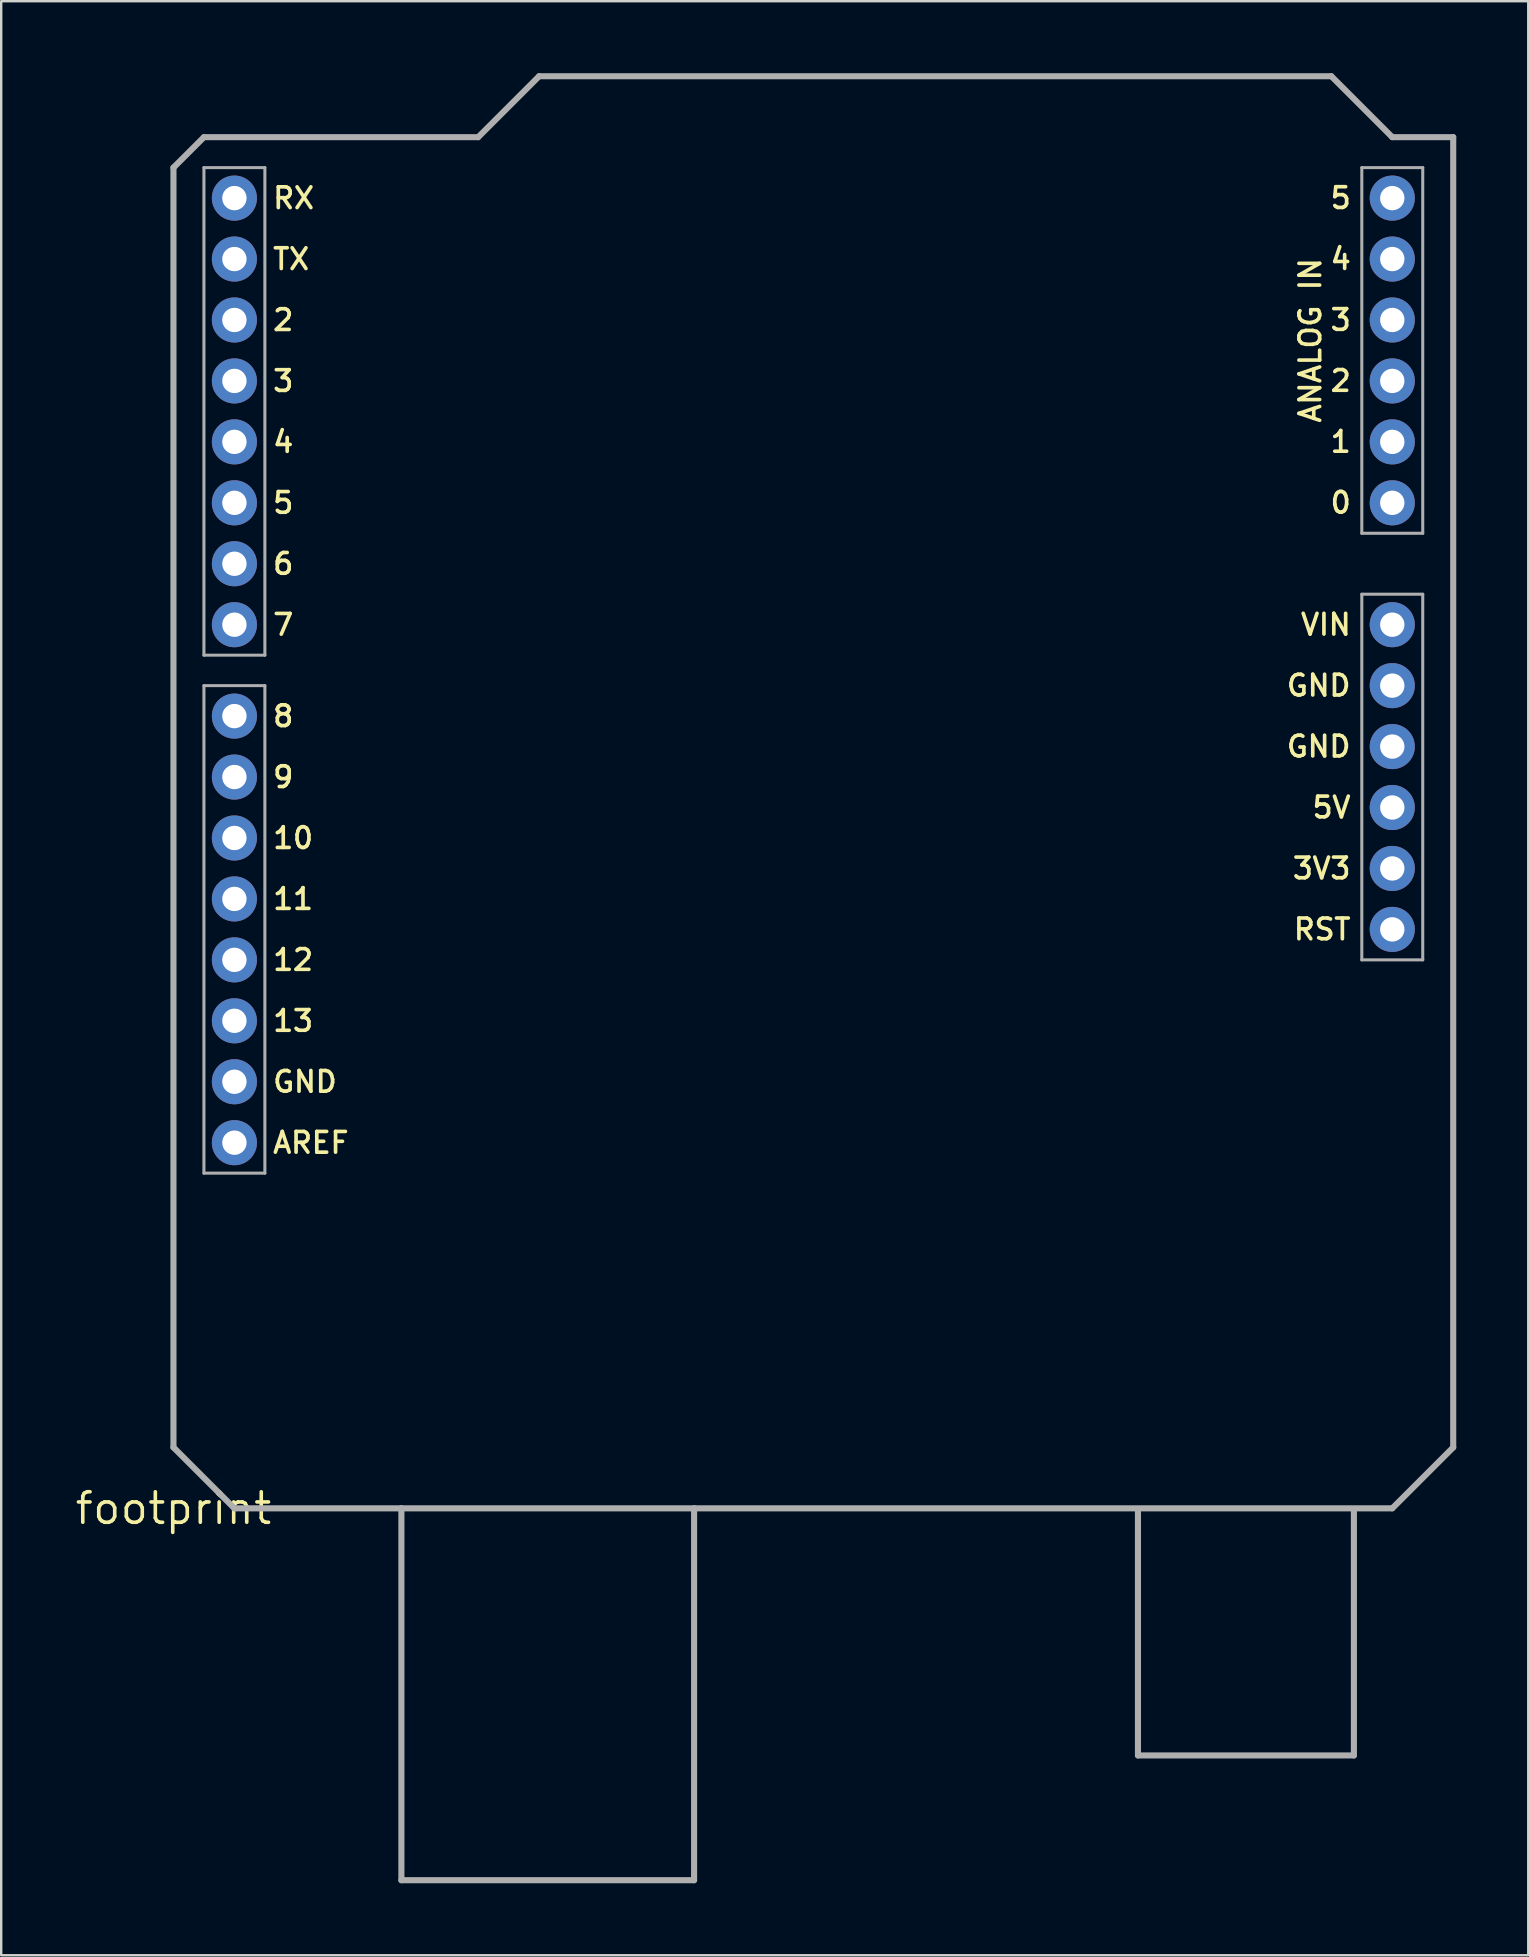
<source format=kicad_pcb>
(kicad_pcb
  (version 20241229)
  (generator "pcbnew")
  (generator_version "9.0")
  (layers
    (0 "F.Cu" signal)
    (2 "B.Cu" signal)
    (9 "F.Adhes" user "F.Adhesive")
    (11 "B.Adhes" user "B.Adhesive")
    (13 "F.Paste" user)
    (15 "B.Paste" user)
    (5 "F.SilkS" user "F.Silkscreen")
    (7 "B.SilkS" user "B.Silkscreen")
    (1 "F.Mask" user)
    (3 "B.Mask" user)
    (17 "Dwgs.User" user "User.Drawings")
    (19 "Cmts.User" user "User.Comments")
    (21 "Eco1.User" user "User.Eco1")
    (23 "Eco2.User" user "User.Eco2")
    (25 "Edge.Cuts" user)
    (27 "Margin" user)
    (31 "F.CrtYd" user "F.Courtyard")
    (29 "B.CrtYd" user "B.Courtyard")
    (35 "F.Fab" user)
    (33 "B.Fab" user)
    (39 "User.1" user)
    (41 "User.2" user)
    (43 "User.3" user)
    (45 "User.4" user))
  (footprint "footprint"
    (layer "F.Cu")
    (at 4.18 59.817)
    (property "Reference" "footprint" (at 0 0 0) (layer "F.SilkS") (effects (font (size 1.27 1.27) (thickness 0.15))))
    (fp_line (start 0 -55.88) (end 0 -2.54) (stroke (width 0.254) (type solid)) (layer "F.Fab"))
    (fp_line (start 0 -2.54) (end 2.54 0) (stroke (width 0.254) (type solid)) (layer "F.Fab"))
    (fp_line (start 1.27 -57.15) (end 0 -55.88) (stroke (width 0.254) (type solid)) (layer "F.Fab"))
    (fp_line (start 1.27 -55.88) (end 3.81 -55.88) (stroke (width 0.127) (type solid)) (layer "F.Fab"))
    (fp_line (start 1.27 -35.56) (end 1.27 -55.88) (stroke (width 0.127) (type solid)) (layer "F.Fab"))
    (fp_line (start 1.27 -34.29) (end 3.81 -34.29) (stroke (width 0.127) (type solid)) (layer "F.Fab"))
    (fp_line (start 1.27 -13.97) (end 1.27 -34.29) (stroke (width 0.127) (type solid)) (layer "F.Fab"))
    (fp_line (start 2.54 0) (end 9.5 0) (stroke (width 0.254) (type solid)) (layer "F.Fab"))
    (fp_line (start 3.81 -55.88) (end 3.81 -35.56) (stroke (width 0.127) (type solid)) (layer "F.Fab"))
    (fp_line (start 3.81 -35.56) (end 1.27 -35.56) (stroke (width 0.127) (type solid)) (layer "F.Fab"))
    (fp_line (start 3.81 -34.29) (end 3.81 -13.97) (stroke (width 0.127) (type solid)) (layer "F.Fab"))
    (fp_line (start 3.81 -13.97) (end 1.27 -13.97) (stroke (width 0.127) (type solid)) (layer "F.Fab"))
    (fp_line (start 9.5 0) (end 21.7 0) (stroke (width 0.254) (type solid)) (layer "F.Fab"))
    (fp_line (start 9.5 15.5) (end 9.5 0) (stroke (width 0.254) (type solid)) (layer "F.Fab"))
    (fp_line (start 9.5 15.5) (end 21.7 15.5) (stroke (width 0.254) (type solid)) (layer "F.Fab"))
    (fp_line (start 12.7 -57.15) (end 1.27 -57.15) (stroke (width 0.254) (type solid)) (layer "F.Fab"))
    (fp_line (start 15.24 -59.69) (end 12.7 -57.15) (stroke (width 0.254) (type solid)) (layer "F.Fab"))
    (fp_line (start 21.7 0) (end 50.8 0) (stroke (width 0.254) (type solid)) (layer "F.Fab"))
    (fp_line (start 21.7 15.5) (end 21.7 0) (stroke (width 0.254) (type solid)) (layer "F.Fab"))
    (fp_line (start 40.2 10.3) (end 40.2 0.1) (stroke (width 0.254) (type solid)) (layer "F.Fab"))
    (fp_line (start 40.2 10.3) (end 49.2 10.3) (stroke (width 0.254) (type solid)) (layer "F.Fab"))
    (fp_line (start 48.26 -59.69) (end 15.24 -59.69) (stroke (width 0.254) (type solid)) (layer "F.Fab"))
    (fp_line (start 49.2 10.3) (end 49.2 0.1) (stroke (width 0.254) (type solid)) (layer "F.Fab"))
    (fp_line (start 49.53 -55.88) (end 52.07 -55.88) (stroke (width 0.127) (type solid)) (layer "F.Fab"))
    (fp_line (start 49.53 -40.64) (end 49.53 -55.88) (stroke (width 0.127) (type solid)) (layer "F.Fab"))
    (fp_line (start 49.53 -38.1) (end 52.07 -38.1) (stroke (width 0.127) (type solid)) (layer "F.Fab"))
    (fp_line (start 49.53 -22.86) (end 49.53 -38.1) (stroke (width 0.127) (type solid)) (layer "F.Fab"))
    (fp_line (start 50.8 -57.15) (end 48.26 -59.69) (stroke (width 0.254) (type solid)) (layer "F.Fab"))
    (fp_line (start 50.8 0) (end 53.34 -2.54) (stroke (width 0.254) (type solid)) (layer "F.Fab"))
    (fp_line (start 52.07 -55.88) (end 52.07 -40.64) (stroke (width 0.127) (type solid)) (layer "F.Fab"))
    (fp_line (start 52.07 -40.64) (end 49.53 -40.64) (stroke (width 0.127) (type solid)) (layer "F.Fab"))
    (fp_line (start 52.07 -38.1) (end 52.07 -22.86) (stroke (width 0.127) (type solid)) (layer "F.Fab"))
    (fp_line (start 52.07 -22.86) (end 49.53 -22.86) (stroke (width 0.127) (type solid)) (layer "F.Fab"))
    (fp_line (start 53.34 -57.15) (end 50.8 -57.15) (stroke (width 0.254) (type solid)) (layer "F.Fab"))
    (fp_line (start 53.34 -2.54) (end 53.34 -57.15) (stroke (width 0.254) (type solid)) (layer "F.Fab"))
    (fp_text user "3" (at 49.162 -50.038 0) (layer "F.SilkS") (effects (font (size 0.864 0.864) (thickness 0.152)) (justify right top)))
    (fp_text user "VIN" (at 49.162 -37.338 0) (layer "F.SilkS") (effects (font (size 0.864 0.864) (thickness 0.152)) (justify right top)))
    (fp_text user "10" (at 4.064 -27.432 0) (layer "F.SilkS") (effects (font (size 0.864 0.864) (thickness 0.152)) (justify left bottom)))
    (fp_text user "2" (at 49.162 -47.498 0) (layer "F.SilkS") (effects (font (size 0.864 0.864) (thickness 0.152)) (justify right top)))
    (fp_text user "8" (at 4.064 -32.512 0) (layer "F.SilkS") (effects (font (size 0.864 0.864) (thickness 0.152)) (justify left bottom)))
    (fp_text user "GND" (at 4.064 -17.272 0) (layer "F.SilkS") (effects (font (size 0.864 0.864) (thickness 0.152)) (justify left bottom)))
    (fp_text user "11" (at 4.064 -24.892 0) (layer "F.SilkS") (effects (font (size 0.864 0.864) (thickness 0.152)) (justify left bottom)))
    (fp_text user "13" (at 4.064 -19.812 0) (layer "F.SilkS") (effects (font (size 0.864 0.864) (thickness 0.152)) (justify left bottom)))
    (fp_text user "AREF" (at 4.064 -14.732 0) (layer "F.SilkS") (effects (font (size 0.864 0.864) (thickness 0.152)) (justify left bottom)))
    (fp_text user "2" (at 4.064 -49.022 0) (layer "F.SilkS") (effects (font (size 0.864 0.864) (thickness 0.152)) (justify left bottom)))
    (fp_text user "6" (at 4.064 -38.862 0) (layer "F.SilkS") (effects (font (size 0.864 0.864) (thickness 0.152)) (justify left bottom)))
    (fp_text user "0" (at 49.162 -42.418 0) (layer "F.SilkS") (effects (font (size 0.864 0.864) (thickness 0.152)) (justify right top)))
    (fp_text user "5V" (at 49.149 -29.718 0) (layer "F.SilkS") (effects (font (size 0.864 0.864) (thickness 0.152)) (justify right top)))
    (fp_text user "7" (at 4.064 -36.322 0) (layer "F.SilkS") (effects (font (size 0.864 0.864) (thickness 0.152)) (justify left bottom)))
    (fp_text user "GND" (at 49.149 -34.798 0) (layer "F.SilkS") (effects (font (size 0.864 0.864) (thickness 0.152)) (justify right top)))
    (fp_text user "4" (at 49.162 -52.578 0) (layer "F.SilkS") (effects (font (size 0.864 0.864) (thickness 0.152)) (justify right top)))
    (fp_text user "RX" (at 4.064 -54.102 0) (layer "F.SilkS") (effects (font (size 0.864 0.864) (thickness 0.152)) (justify left bottom)))
    (fp_text user "3" (at 4.064 -46.482 0) (layer "F.SilkS") (effects (font (size 0.864 0.864) (thickness 0.152)) (justify left bottom)))
    (fp_text user "5" (at 49.162 -55.118 0) (layer "F.SilkS") (effects (font (size 0.864 0.864) (thickness 0.152)) (justify right top)))
    (fp_text user "12" (at 4.064 -22.352 0) (layer "F.SilkS") (effects (font (size 0.864 0.864) (thickness 0.152)) (justify left bottom)))
    (fp_text user "5" (at 4.064 -41.402 0) (layer "F.SilkS") (effects (font (size 0.864 0.864) (thickness 0.152)) (justify left bottom)))
    (fp_text user "3V3" (at 49.149 -27.178 0) (layer "F.SilkS") (effects (font (size 0.864 0.864) (thickness 0.152)) (justify right top)))
    (fp_text user "1" (at 49.162 -44.958 0) (layer "F.SilkS") (effects (font (size 0.864 0.864) (thickness 0.152)) (justify right top)))
    (fp_text user "GND" (at 49.149 -32.258 0) (layer "F.SilkS") (effects (font (size 0.864 0.864) (thickness 0.152)) (justify right top)))
    (fp_text user "4" (at 4.064 -43.942 0) (layer "F.SilkS") (effects (font (size 0.864 0.864) (thickness 0.152)) (justify left bottom)))
    (fp_text user "9" (at 4.064 -29.972 0) (layer "F.SilkS") (effects (font (size 0.864 0.864) (thickness 0.152)) (justify left bottom)))
    (fp_text user "ANALOG IN" (at 46.876 -52.197 90) (layer "F.SilkS") (effects (font (size 0.864 0.864) (thickness 0.152)) (justify right top)))
    (fp_text user "TX" (at 4.064 -51.562 0) (layer "F.SilkS") (effects (font (size 0.864 0.864) (thickness 0.152)) (justify left bottom)))
    (fp_text user "RST" (at 49.149 -24.638 0) (layer "F.SilkS") (effects (font (size 0.864 0.864) (thickness 0.152)) (justify right top)))
    (pad "3.3V" thru_hole circle (at 50.8 -26.67 90) (size 1.88 1.88) (drill 1.016) (layers "*.Cu" "*.Mask"))
    (pad "5V" thru_hole circle (at 50.8 -29.21 90) (size 1.88 1.88) (drill 1.016) (layers "*.Cu" "*.Mask"))
    (pad "A0" thru_hole circle (at 50.8 -41.91 90) (size 1.88 1.88) (drill 1.016) (layers "*.Cu" "*.Mask"))
    (pad "A1" thru_hole circle (at 50.8 -44.45 90) (size 1.88 1.88) (drill 1.016) (layers "*.Cu" "*.Mask"))
    (pad "A2" thru_hole circle (at 50.8 -46.99 90) (size 1.88 1.88) (drill 1.016) (layers "*.Cu" "*.Mask"))
    (pad "A3" thru_hole circle (at 50.8 -49.53 90) (size 1.88 1.88) (drill 1.016) (layers "*.Cu" "*.Mask"))
    (pad "A4" thru_hole circle (at 50.8 -52.07 90) (size 1.88 1.88) (drill 1.016) (layers "*.Cu" "*.Mask"))
    (pad "A5" thru_hole circle (at 50.8 -54.61 90) (size 1.88 1.88) (drill 1.016) (layers "*.Cu" "*.Mask"))
    (pad "AREF" thru_hole circle (at 2.54 -15.24 90) (size 1.88 1.88) (drill 1.016) (layers "*.Cu" "*.Mask"))
    (pad "D2" thru_hole circle (at 2.54 -49.53 90) (size 1.88 1.88) (drill 1.016) (layers "*.Cu" "*.Mask"))
    (pad "D3" thru_hole circle (at 2.54 -46.99 90) (size 1.88 1.88) (drill 1.016) (layers "*.Cu" "*.Mask"))
    (pad "D4" thru_hole circle (at 2.54 -44.45 90) (size 1.88 1.88) (drill 1.016) (layers "*.Cu" "*.Mask"))
    (pad "D5" thru_hole circle (at 2.54 -41.91 90) (size 1.88 1.88) (drill 1.016) (layers "*.Cu" "*.Mask"))
    (pad "D6" thru_hole circle (at 2.54 -39.37 90) (size 1.88 1.88) (drill 1.016) (layers "*.Cu" "*.Mask"))
    (pad "D7" thru_hole circle (at 2.54 -36.83 90) (size 1.88 1.88) (drill 1.016) (layers "*.Cu" "*.Mask"))
    (pad "D8" thru_hole circle (at 2.54 -33.02 90) (size 1.88 1.88) (drill 1.016) (layers "*.Cu" "*.Mask"))
    (pad "D9" thru_hole circle (at 2.54 -30.48 90) (size 1.88 1.88) (drill 1.016) (layers "*.Cu" "*.Mask"))
    (pad "D10" thru_hole circle (at 2.54 -27.94 90) (size 1.88 1.88) (drill 1.016) (layers "*.Cu" "*.Mask"))
    (pad "D11" thru_hole circle (at 2.54 -25.4 90) (size 1.88 1.88) (drill 1.016) (layers "*.Cu" "*.Mask"))
    (pad "D12" thru_hole circle (at 2.54 -22.86 90) (size 1.88 1.88) (drill 1.016) (layers "*.Cu" "*.Mask"))
    (pad "D13" thru_hole circle (at 2.54 -20.32 90) (size 1.88 1.88) (drill 1.016) (layers "*.Cu" "*.Mask"))
    (pad "GND@0" thru_hole circle (at 50.8 -31.75 90) (size 1.88 1.88) (drill 1.016) (layers "*.Cu" "*.Mask"))
    (pad "GND@1" thru_hole circle (at 50.8 -34.29 90) (size 1.88 1.88) (drill 1.016) (layers "*.Cu" "*.Mask"))
    (pad "GND@2" thru_hole circle (at 2.54 -17.78 90) (size 1.88 1.88) (drill 1.016) (layers "*.Cu" "*.Mask"))
    (pad "RES" thru_hole circle (at 50.8 -24.13 90) (size 1.88 1.88) (drill 1.016) (layers "*.Cu" "*.Mask"))
    (pad "RX" thru_hole circle (at 2.54 -54.61 90) (size 1.88 1.88) (drill 1.016) (layers "*.Cu" "*.Mask"))
    (pad "TX" thru_hole circle (at 2.54 -52.07 90) (size 1.88 1.88) (drill 1.016) (layers "*.Cu" "*.Mask"))
    (pad "VIN" thru_hole circle (at 50.8 -36.83 90) (size 1.88 1.88) (drill 1.016) (layers "*.Cu" "*.Mask")))
  (gr_rect
    (start -3 -3)
    (end 60.647 78.444)
    (stroke (width 0.1) (type default))
    (fill no)
    (layer "Edge.Cuts")))
</source>
